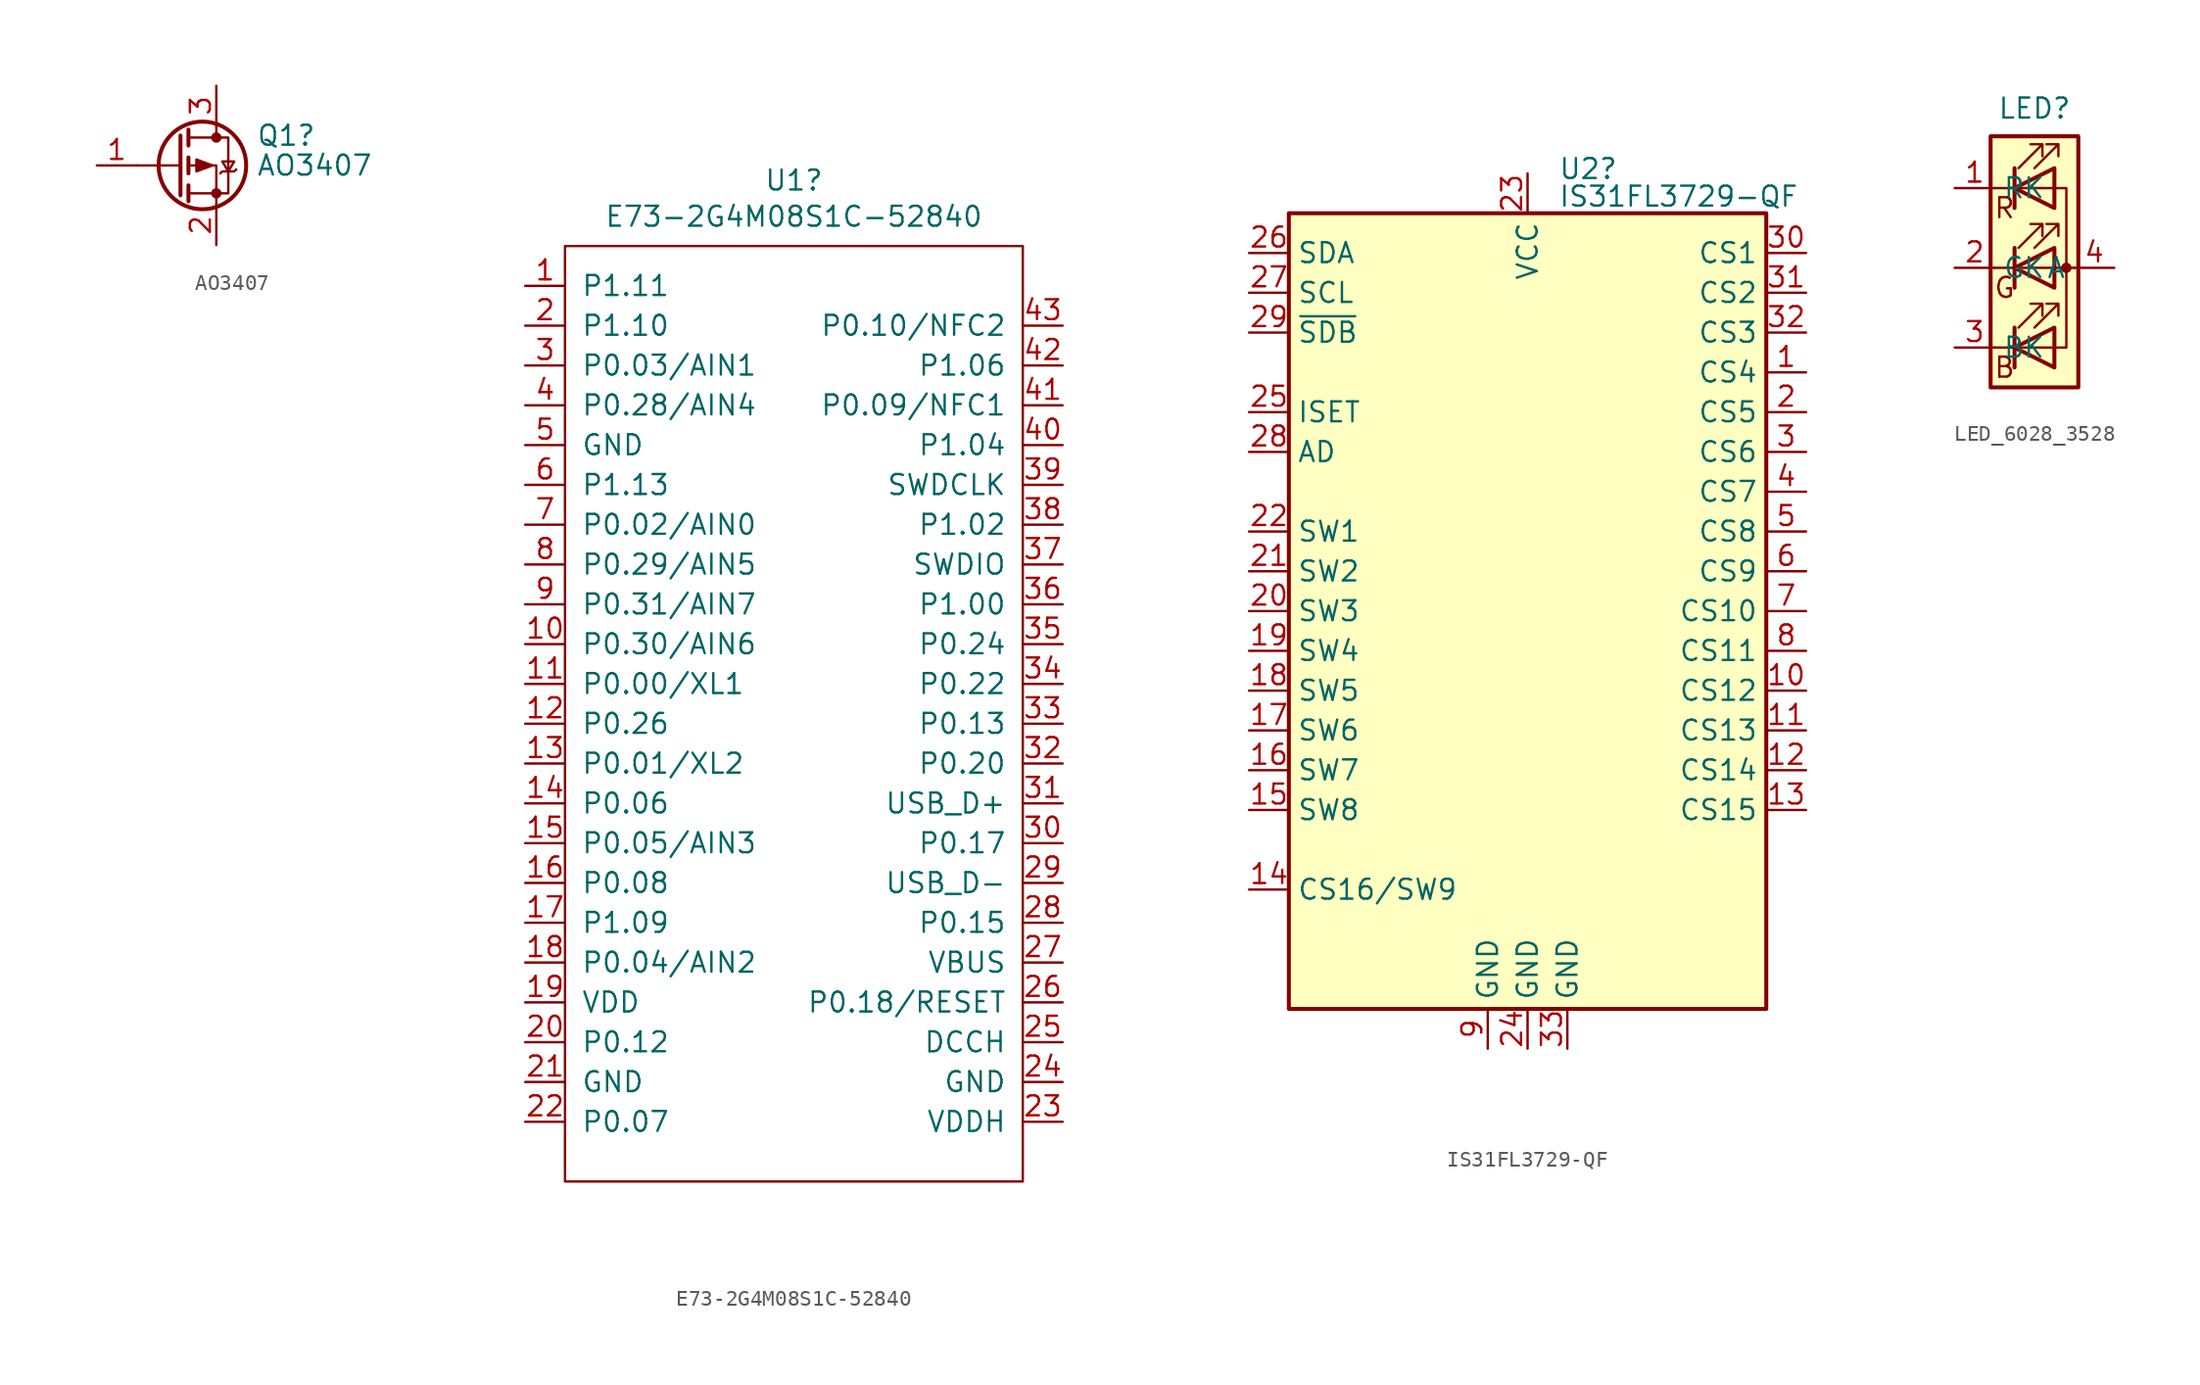
<source format=kicad_sym>
(kicad_symbol_lib
  (version 20220914)
  (generator kicad_symbol_editor)
  (symbol "AO3407"
    (pin_names
      (offset 0) hide)
    (property "Reference" "Q1"
      (at 5.08 1.905 0)
      (effects (font (size 1.27 1.27)) (justify left)))
    (property "Value" "AO3407"
      (at 5.08 0 0)
      (effects (font (size 1.27 1.27)) (justify left)))
    (symbol "AO3407_0_1"
      (polyline (pts (xy 0.254 0) (xy -2.54 0)) (stroke (width 0) (type default)) (fill (type none)))
      (polyline (pts (xy 0.254 1.905) (xy 0.254 -1.905)) (stroke (width 0.254) (type default)) (fill (type none)))
      (polyline (pts (xy 0.762 -1.27) (xy 0.762 -2.286)) (stroke (width 0.254) (type default)) (fill (type none)))
      (polyline (pts (xy 0.762 0.508) (xy 0.762 -0.508)) (stroke (width 0.254) (type default)) (fill (type none)))
      (polyline (pts (xy 0.762 2.286) (xy 0.762 1.27)) (stroke (width 0.254) (type default)) (fill (type none)))
      (polyline (pts (xy 2.54 2.54) (xy 2.54 1.778)) (stroke (width 0) (type default)) (fill (type none)))
      (polyline (pts (xy 2.54 -2.54) (xy 2.54 0) (xy 0.762 0)) (stroke (width 0) (type default)) (fill (type none)))
      (polyline (pts (xy 0.762 1.778) (xy 3.302 1.778) (xy 3.302 -1.778) (xy 0.762 -1.778)) (stroke (width 0) (type default)) (fill (type none)))
      (polyline (pts (xy 2.286 0) (xy 1.27 0.381) (xy 1.27 -0.381) (xy 2.286 0)) (stroke (width 0) (type default)) (fill (type outline)))
      (polyline (pts (xy 2.794 -0.508) (xy 2.921 -0.381) (xy 3.683 -0.381) (xy 3.81 -0.254)) (stroke (width 0) (type default)) (fill (type none)))
      (polyline (pts (xy 3.302 -0.381) (xy 2.921 0.254) (xy 3.683 0.254) (xy 3.302 -0.381)) (stroke (width 0) (type default)) (fill (type none)))
      (circle (center 1.651 0) (radius 2.794) (stroke (width 0.254) (type default)) (fill (type none)))
      (circle (center 2.54 -1.778) (radius 0.254) (stroke (width 0) (type default)) (fill (type outline)))
      (circle (center 2.54 1.778) (radius 0.254) (stroke (width 0) (type default)) (fill (type outline))))
    (symbol "AO3407_1_1"
      (pin input line (at -5.08 0 0) (length 2.54) (name "G" (effects (font (size 1.27 1.27)))) (number "1" (effects (font (size 1.27 1.27)))))
      (pin passive line (at 2.54 -5.08 90) (length 2.54) (name "S" (effects (font (size 1.27 1.27)))) (number "2" (effects (font (size 1.27 1.27)))))
      (pin passive line (at 2.54 5.08 270) (length 2.54) (name "D" (effects (font (size 1.27 1.27)))) (number "3" (effects (font (size 1.27 1.27)))))))
  (symbol "E73-2G4M08S1C-52840"
    (pin_names
      (offset 1.016))
    (property "Reference" "U1"
      (at -0.635 34.671 0)
      (effects (font (size 1.27 1.27))))
    (property "Value" "E73-2G4M08S1C-52840"
      (at -0.635 32.36 0)
      (effects (font (size 1.27 1.27))))
    (symbol "E73-2G4M08S1C-52840_0_1"
      (rectangle (start -15.24 30.48) (end 13.97 -29.21) (stroke (width 0) (type default)) (fill (type none))))
    (symbol "E73-2G4M08S1C-52840_1_1"
      (pin input line (at -17.78 27.94 0) (length 2.54) (name "P1.11" (effects (font (size 1.27 1.27)))) (number "1" (effects (font (size 1.27 1.27)))))
      (pin input line (at -17.78 5.08 0) (length 2.54) (name "P0.30/AIN6" (effects (font (size 1.27 1.27)))) (number "10" (effects (font (size 1.27 1.27)))))
      (pin input line (at -17.78 2.54 0) (length 2.54) (name "P0.00/XL1" (effects (font (size 1.27 1.27)))) (number "11" (effects (font (size 1.27 1.27)))))
      (pin input line (at -17.78 0 0) (length 2.54) (name "P0.26" (effects (font (size 1.27 1.27)))) (number "12" (effects (font (size 1.27 1.27)))))
      (pin input line (at -17.78 -2.54 0) (length 2.54) (name "P0.01/XL2" (effects (font (size 1.27 1.27)))) (number "13" (effects (font (size 1.27 1.27)))))
      (pin input line (at -17.78 -5.08 0) (length 2.54) (name "P0.06" (effects (font (size 1.27 1.27)))) (number "14" (effects (font (size 1.27 1.27)))))
      (pin input line (at -17.78 -7.62 0) (length 2.54) (name "P0.05/AIN3" (effects (font (size 1.27 1.27)))) (number "15" (effects (font (size 1.27 1.27)))))
      (pin input line (at -17.78 -10.16 0) (length 2.54) (name "P0.08" (effects (font (size 1.27 1.27)))) (number "16" (effects (font (size 1.27 1.27)))))
      (pin input line (at -17.78 -12.7 0) (length 2.54) (name "P1.09" (effects (font (size 1.27 1.27)))) (number "17" (effects (font (size 1.27 1.27)))))
      (pin input line (at -17.78 -15.24 0) (length 2.54) (name "P0.04/AIN2" (effects (font (size 1.27 1.27)))) (number "18" (effects (font (size 1.27 1.27)))))
      (pin power_in line (at -17.78 -17.78 0) (length 2.54) (name "VDD" (effects (font (size 1.27 1.27)))) (number "19" (effects (font (size 1.27 1.27)))))
      (pin input line (at -17.78 25.4 0) (length 2.54) (name "P1.10" (effects (font (size 1.27 1.27)))) (number "2" (effects (font (size 1.27 1.27)))))
      (pin input line (at -17.78 -20.32 0) (length 2.54) (name "P0.12" (effects (font (size 1.27 1.27)))) (number "20" (effects (font (size 1.27 1.27)))))
      (pin power_in line (at -17.78 -22.86 0) (length 2.54) (name "GND" (effects (font (size 1.27 1.27)))) (number "21" (effects (font (size 1.27 1.27)))))
      (pin input line (at -17.78 -25.4 0) (length 2.54) (name "P0.07" (effects (font (size 1.27 1.27)))) (number "22" (effects (font (size 1.27 1.27)))))
      (pin power_in line (at 16.51 -25.4 180) (length 2.54) (name "VDDH" (effects (font (size 1.27 1.27)))) (number "23" (effects (font (size 1.27 1.27)))))
      (pin power_in line (at 16.51 -22.86 180) (length 2.54) (name "GND" (effects (font (size 1.27 1.27)))) (number "24" (effects (font (size 1.27 1.27)))))
      (pin power_out line (at 16.51 -20.32 180) (length 2.54) (name "DCCH" (effects (font (size 1.27 1.27)))) (number "25" (effects (font (size 1.27 1.27)))))
      (pin input line (at 16.51 -17.78 180) (length 2.54) (name "P0.18/RESET" (effects (font (size 1.27 1.27)))) (number "26" (effects (font (size 1.27 1.27)))))
      (pin power_in line (at 16.51 -15.24 180) (length 2.54) (name "VBUS" (effects (font (size 1.27 1.27)))) (number "27" (effects (font (size 1.27 1.27)))))
      (pin power_in line (at 16.51 -12.7 180) (length 2.54) (name "P0.15" (effects (font (size 1.27 1.27)))) (number "28" (effects (font (size 1.27 1.27)))))
      (pin input line (at 16.51 -10.16 180) (length 2.54) (name "USB_D-" (effects (font (size 1.27 1.27)))) (number "29" (effects (font (size 1.27 1.27)))))
      (pin input line (at -17.78 22.86 0) (length 2.54) (name "P0.03/AIN1" (effects (font (size 1.27 1.27)))) (number "3" (effects (font (size 1.27 1.27)))))
      (pin input line (at 16.51 -7.62 180) (length 2.54) (name "P0.17" (effects (font (size 1.27 1.27)))) (number "30" (effects (font (size 1.27 1.27)))))
      (pin input line (at 16.51 -5.08 180) (length 2.54) (name "USB_D+" (effects (font (size 1.27 1.27)))) (number "31" (effects (font (size 1.27 1.27)))))
      (pin input line (at 16.51 -2.54 180) (length 2.54) (name "P0.20" (effects (font (size 1.27 1.27)))) (number "32" (effects (font (size 1.27 1.27)))))
      (pin input line (at 16.51 0 180) (length 2.54) (name "P0.13" (effects (font (size 1.27 1.27)))) (number "33" (effects (font (size 1.27 1.27)))))
      (pin input line (at 16.51 2.54 180) (length 2.54) (name "P0.22" (effects (font (size 1.27 1.27)))) (number "34" (effects (font (size 1.27 1.27)))))
      (pin input line (at 16.51 5.08 180) (length 2.54) (name "P0.24" (effects (font (size 1.27 1.27)))) (number "35" (effects (font (size 1.27 1.27)))))
      (pin input line (at 16.51 7.62 180) (length 2.54) (name "P1.00" (effects (font (size 1.27 1.27)))) (number "36" (effects (font (size 1.27 1.27)))))
      (pin input line (at 16.51 10.16 180) (length 2.54) (name "SWDIO" (effects (font (size 1.27 1.27)))) (number "37" (effects (font (size 1.27 1.27)))))
      (pin input line (at 16.51 12.7 180) (length 2.54) (name "P1.02" (effects (font (size 1.27 1.27)))) (number "38" (effects (font (size 1.27 1.27)))))
      (pin input line (at 16.51 15.24 180) (length 2.54) (name "SWDCLK" (effects (font (size 1.27 1.27)))) (number "39" (effects (font (size 1.27 1.27)))))
      (pin input line (at -17.78 20.32 0) (length 2.54) (name "P0.28/AIN4" (effects (font (size 1.27 1.27)))) (number "4" (effects (font (size 1.27 1.27)))))
      (pin input line (at 16.51 17.78 180) (length 2.54) (name "P1.04" (effects (font (size 1.27 1.27)))) (number "40" (effects (font (size 1.27 1.27)))))
      (pin input line (at 16.51 20.32 180) (length 2.54) (name "P0.09/NFC1" (effects (font (size 1.27 1.27)))) (number "41" (effects (font (size 1.27 1.27)))))
      (pin input line (at 16.51 22.86 180) (length 2.54) (name "P1.06" (effects (font (size 1.27 1.27)))) (number "42" (effects (font (size 1.27 1.27)))))
      (pin input line (at 16.51 25.4 180) (length 2.54) (name "P0.10/NFC2" (effects (font (size 1.27 1.27)))) (number "43" (effects (font (size 1.27 1.27)))))
      (pin power_in line (at -17.78 17.78 0) (length 2.54) (name "GND" (effects (font (size 1.27 1.27)))) (number "5" (effects (font (size 1.27 1.27)))))
      (pin input line (at -17.78 15.24 0) (length 2.54) (name "P1.13" (effects (font (size 1.27 1.27)))) (number "6" (effects (font (size 1.27 1.27)))))
      (pin input line (at -17.78 12.7 0) (length 2.54) (name "P0.02/AIN0" (effects (font (size 1.27 1.27)))) (number "7" (effects (font (size 1.27 1.27)))))
      (pin input line (at -17.78 10.16 0) (length 2.54) (name "P0.29/AIN5" (effects (font (size 1.27 1.27)))) (number "8" (effects (font (size 1.27 1.27)))))
      (pin input line (at -17.78 7.62 0) (length 2.54) (name "P0.31/AIN7" (effects (font (size 1.27 1.27)))) (number "9" (effects (font (size 1.27 1.27)))))))
  (symbol "IS31FL3729-QF"
    (property "Reference" "U2"
      (at 1.956 28.232 0)
      (effects (font (size 1.27 1.27)) (justify left)))
    (property "Value" "IS31FL3729-QF"
      (at 1.956 26.47 0)
      (effects (font (size 1.27 1.27)) (justify left)))
    (symbol "IS31FL3729-QF_0_1"
      (rectangle (start -15.24 25.4) (end 15.24 -25.4) (stroke (width 0.254) (type default)) (fill (type background))))
    (symbol "IS31FL3729-QF_1_1"
      (pin output line (at 17.78 15.24 180) (length 2.54) (name "CS4" (effects (font (size 1.27 1.27)))) (number "1" (effects (font (size 1.27 1.27)))))
      (pin output line (at 17.78 -5.08 180) (length 2.54) (name "CS12" (effects (font (size 1.27 1.27)))) (number "10" (effects (font (size 1.27 1.27)))))
      (pin output line (at 17.78 -7.62 180) (length 2.54) (name "CS13" (effects (font (size 1.27 1.27)))) (number "11" (effects (font (size 1.27 1.27)))))
      (pin output line (at 17.78 -10.16 180) (length 2.54) (name "CS14" (effects (font (size 1.27 1.27)))) (number "12" (effects (font (size 1.27 1.27)))))
      (pin output line (at 17.78 -12.7 180) (length 2.54) (name "CS15" (effects (font (size 1.27 1.27)))) (number "13" (effects (font (size 1.27 1.27)))))
      (pin output line (at -17.78 -17.78 0) (length 2.54) (name "CS16/SW9" (effects (font (size 1.27 1.27)))) (number "14" (effects (font (size 1.27 1.27)))))
      (pin input line (at -17.78 -12.7 0) (length 2.54) (name "SW8" (effects (font (size 1.27 1.27)))) (number "15" (effects (font (size 1.27 1.27)))))
      (pin input line (at -17.78 -10.16 0) (length 2.54) (name "SW7" (effects (font (size 1.27 1.27)))) (number "16" (effects (font (size 1.27 1.27)))))
      (pin input line (at -17.78 -7.62 0) (length 2.54) (name "SW6" (effects (font (size 1.27 1.27)))) (number "17" (effects (font (size 1.27 1.27)))))
      (pin input line (at -17.78 -5.08 0) (length 2.54) (name "SW5" (effects (font (size 1.27 1.27)))) (number "18" (effects (font (size 1.27 1.27)))))
      (pin input line (at -17.78 -2.54 0) (length 2.54) (name "SW4" (effects (font (size 1.27 1.27)))) (number "19" (effects (font (size 1.27 1.27)))))
      (pin output line (at 17.78 12.7 180) (length 2.54) (name "CS5" (effects (font (size 1.27 1.27)))) (number "2" (effects (font (size 1.27 1.27)))))
      (pin input line (at -17.78 0 0) (length 2.54) (name "SW3" (effects (font (size 1.27 1.27)))) (number "20" (effects (font (size 1.27 1.27)))))
      (pin input line (at -17.78 2.54 0) (length 2.54) (name "SW2" (effects (font (size 1.27 1.27)))) (number "21" (effects (font (size 1.27 1.27)))))
      (pin input line (at -17.78 5.08 0) (length 2.54) (name "SW1" (effects (font (size 1.27 1.27)))) (number "22" (effects (font (size 1.27 1.27)))))
      (pin power_in line (at 0 27.94 270) (length 2.54) (name "VCC" (effects (font (size 1.27 1.27)))) (number "23" (effects (font (size 1.27 1.27)))))
      (pin power_in line (at 0 -27.94 90) (length 2.54) (name "GND" (effects (font (size 1.27 1.27)))) (number "24" (effects (font (size 1.27 1.27)))))
      (pin passive line (at -17.78 12.7 0) (length 2.54) (name "ISET" (effects (font (size 1.27 1.27)))) (number "25" (effects (font (size 1.27 1.27)))))
      (pin bidirectional line (at -17.78 22.86 0) (length 2.54) (name "SDA" (effects (font (size 1.27 1.27)))) (number "26" (effects (font (size 1.27 1.27)))))
      (pin input line (at -17.78 20.32 0) (length 2.54) (name "SCL" (effects (font (size 1.27 1.27)))) (number "27" (effects (font (size 1.27 1.27)))))
      (pin input line (at -17.78 10.16 0) (length 2.54) (name "AD" (effects (font (size 1.27 1.27)))) (number "28" (effects (font (size 1.27 1.27)))))
      (pin input line (at -17.78 17.78 0) (length 2.54) (name "~{SDB}" (effects (font (size 1.27 1.27)))) (number "29" (effects (font (size 1.27 1.27)))))
      (pin output line (at 17.78 10.16 180) (length 2.54) (name "CS6" (effects (font (size 1.27 1.27)))) (number "3" (effects (font (size 1.27 1.27)))))
      (pin output line (at 17.78 22.86 180) (length 2.54) (name "CS1" (effects (font (size 1.27 1.27)))) (number "30" (effects (font (size 1.27 1.27)))))
      (pin output line (at 17.78 20.32 180) (length 2.54) (name "CS2" (effects (font (size 1.27 1.27)))) (number "31" (effects (font (size 1.27 1.27)))))
      (pin output line (at 17.78 17.78 180) (length 2.54) (name "CS3" (effects (font (size 1.27 1.27)))) (number "32" (effects (font (size 1.27 1.27)))))
      (pin power_in line (at 2.54 -27.94 90) (length 2.54) (name "GND" (effects (font (size 1.27 1.27)))) (number "33" (effects (font (size 1.27 1.27)))))
      (pin output line (at 17.78 7.62 180) (length 2.54) (name "CS7" (effects (font (size 1.27 1.27)))) (number "4" (effects (font (size 1.27 1.27)))))
      (pin output line (at 17.78 5.08 180) (length 2.54) (name "CS8" (effects (font (size 1.27 1.27)))) (number "5" (effects (font (size 1.27 1.27)))))
      (pin output line (at 17.78 2.54 180) (length 2.54) (name "CS9" (effects (font (size 1.27 1.27)))) (number "6" (effects (font (size 1.27 1.27)))))
      (pin output line (at 17.78 0 180) (length 2.54) (name "CS10" (effects (font (size 1.27 1.27)))) (number "7" (effects (font (size 1.27 1.27)))))
      (pin output line (at 17.78 -2.54 180) (length 2.54) (name "CS11" (effects (font (size 1.27 1.27)))) (number "8" (effects (font (size 1.27 1.27)))))
      (pin power_in line (at -2.54 -27.94 90) (length 2.54) (name "GND" (effects (font (size 1.27 1.27)))) (number "9" (effects (font (size 1.27 1.27)))))))
  (symbol "LED_6028_3528"
    (property "Reference" "LED"
      (at 0 10.16 0)
      (effects (font (size 1.27 1.27))))
    (symbol "LED_6028_3528_0_0"
      (text "B" (at -1.905 -6.35 0) (effects (font (size 1.27 1.27))))
      (text "G" (at -1.905 -1.27 0) (effects (font (size 1.27 1.27))))
      (text "R" (at -1.905 3.81 0) (effects (font (size 1.27 1.27)))))
    (symbol "LED_6028_3528_0_1"
      (polyline (pts (xy -1.27 -5.08) (xy -2.54 -5.08)) (stroke (width 0) (type default)) (fill (type none)))
      (polyline (pts (xy -1.27 -5.08) (xy 1.27 -5.08)) (stroke (width 0) (type default)) (fill (type none)))
      (polyline (pts (xy -1.27 -3.81) (xy -1.27 -6.35)) (stroke (width 0.254) (type default)) (fill (type none)))
      (polyline (pts (xy -1.27 0) (xy -2.54 0)) (stroke (width 0) (type default)) (fill (type none)))
      (polyline (pts (xy -1.27 1.27) (xy -1.27 -1.27)) (stroke (width 0.254) (type default)) (fill (type none)))
      (polyline (pts (xy -1.27 5.08) (xy -2.54 5.08)) (stroke (width 0) (type default)) (fill (type none)))
      (polyline (pts (xy -1.27 5.08) (xy 1.27 5.08)) (stroke (width 0) (type default)) (fill (type none)))
      (polyline (pts (xy -1.27 6.35) (xy -1.27 3.81)) (stroke (width 0.254) (type default)) (fill (type none)))
      (polyline (pts (xy 1.27 0) (xy -1.27 0)) (stroke (width 0) (type default)) (fill (type none)))
      (polyline (pts (xy 1.27 0) (xy 2.54 0)) (stroke (width 0) (type default)) (fill (type none)))
      (polyline (pts (xy -1.27 1.27) (xy -1.27 -1.27) (xy -1.27 -1.27)) (stroke (width 0) (type default)) (fill (type none)))
      (polyline (pts (xy -1.27 6.35) (xy -1.27 3.81) (xy -1.27 3.81)) (stroke (width 0) (type default)) (fill (type none)))
      (polyline (pts (xy 1.27 -5.08) (xy 2.032 -5.08) (xy 2.032 5.08) (xy 1.27 5.08)) (stroke (width 0) (type default)) (fill (type none)))
      (polyline (pts (xy 1.27 -3.81) (xy 1.27 -6.35) (xy -1.27 -5.08) (xy 1.27 -3.81)) (stroke (width 0.254) (type default)) (fill (type none)))
      (polyline (pts (xy 1.27 1.27) (xy 1.27 -1.27) (xy -1.27 0) (xy 1.27 1.27)) (stroke (width 0.254) (type default)) (fill (type none)))
      (polyline (pts (xy 1.27 6.35) (xy 1.27 3.81) (xy -1.27 5.08) (xy 1.27 6.35)) (stroke (width 0.254) (type default)) (fill (type none)))
      (polyline (pts (xy -1.016 -3.81) (xy 0.508 -2.286) (xy -0.254 -2.286) (xy 0.508 -2.286) (xy 0.508 -3.048)) (stroke (width 0) (type default)) (fill (type none)))
      (polyline (pts (xy -1.016 1.27) (xy 0.508 2.794) (xy -0.254 2.794) (xy 0.508 2.794) (xy 0.508 2.032)) (stroke (width 0) (type default)) (fill (type none)))
      (polyline (pts (xy -1.016 6.35) (xy 0.508 7.874) (xy -0.254 7.874) (xy 0.508 7.874) (xy 0.508 7.112)) (stroke (width 0) (type default)) (fill (type none)))
      (polyline (pts (xy 0 -3.81) (xy 1.524 -2.286) (xy 0.762 -2.286) (xy 1.524 -2.286) (xy 1.524 -3.048)) (stroke (width 0) (type default)) (fill (type none)))
      (polyline (pts (xy 0 1.27) (xy 1.524 2.794) (xy 0.762 2.794) (xy 1.524 2.794) (xy 1.524 2.032)) (stroke (width 0) (type default)) (fill (type none)))
      (polyline (pts (xy 0 6.35) (xy 1.524 7.874) (xy 0.762 7.874) (xy 1.524 7.874) (xy 1.524 7.112)) (stroke (width 0) (type default)) (fill (type none)))
      (rectangle (start 1.27 -1.27) (end 1.27 1.27) (stroke (width 0) (type default)) (fill (type none)))
      (rectangle (start 1.27 1.27) (end 1.27 1.27) (stroke (width 0) (type default)) (fill (type none)))
      (rectangle (start 1.27 3.81) (end 1.27 6.35) (stroke (width 0) (type default)) (fill (type none)))
      (rectangle (start 1.27 6.35) (end 1.27 6.35) (stroke (width 0) (type default)) (fill (type none)))
      (circle (center 2.032 0) (radius 0.254) (stroke (width 0) (type default)) (fill (type outline)))
      (rectangle (start 2.794 8.382) (end -2.794 -7.62) (stroke (width 0.254) (type default)) (fill (type background))))
    (symbol "LED_6028_3528_1_1"
      (pin passive line (at -5.08 5.08 0) (length 2.54) (name "RK" (effects (font (size 1.27 1.27)))) (number "1" (effects (font (size 1.27 1.27)))))
      (pin passive line (at -5.08 0 0) (length 2.54) (name "GK" (effects (font (size 1.27 1.27)))) (number "2" (effects (font (size 1.27 1.27)))))
      (pin passive line (at -5.08 -5.08 0) (length 2.54) (name "BK" (effects (font (size 1.27 1.27)))) (number "3" (effects (font (size 1.27 1.27)))))
      (pin passive line (at 5.08 0 180) (length 2.54) (name "A" (effects (font (size 1.27 1.27)))) (number "4" (effects (font (size 1.27 1.27))))))))
</source>
